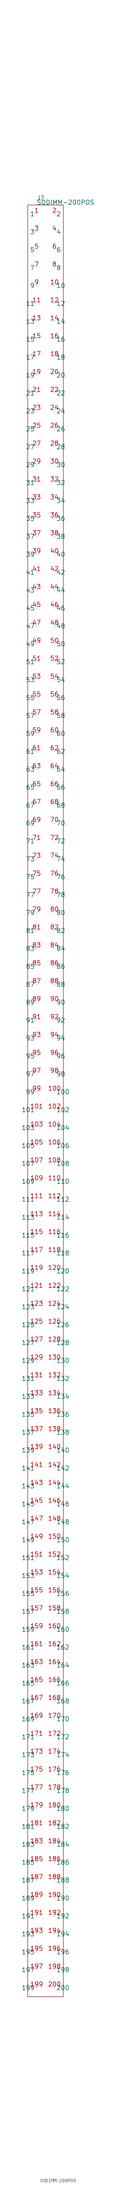
<source format=kicad_sym>
(kicad_symbol_lib
  (version 20211014)
  (generator kicad_symbol_editor)
  (symbol "SODIMM-200POS"
    (pin_names)
    (property "Reference" "J"
      (at -2.54 255.27 0)
      (effects (font (size 1.27 1.27)) (justify left bottom)))
    (property "Value" "SODIMM-200POS"
      (at -2.54 254 0)
      (effects (font (size 1.27 1.27)) (justify left bottom)))
    (property "Datasheet" ""
      (at 0 0 0))
    (property "ki_fp_filters" "FlashPCB_Connectors:SODIMM-200POS-TE-1473150-4 FlashPCB_Connectors:SODIMM-200POS-TE-1565917-4"
      (at 0 0 0))
    (symbol "SODIMM-200POS_1_1"
      (polyline (pts (xy -5.08 254) (xy 5.08 254)) (stroke (width 0.127)) (fill (type none)))
      (polyline (pts (xy 5.08 254) (xy 5.08 -254)) (stroke (width 0.127)) (fill (type none)))
      (polyline (pts (xy 5.08 -254) (xy -5.08 -254)) (stroke (width 0.127)) (fill (type none)))
      (polyline (pts (xy -5.08 -254) (xy -5.08 254)) (stroke (width 0.127)) (fill (type none)))
      (pin bidirectional line (at -2.54 251.46 180) (length 0) (name "1" (effects (font (size 1.27 1.27)))) (number "1" (effects (font (size 1.27 1.27)))))
      (pin bidirectional line (at 2.54 251.46 0) (length 0) (name "2" (effects (font (size 1.27 1.27)))) (number "2" (effects (font (size 1.27 1.27)))))
      (pin bidirectional line (at -2.54 246.38 180) (length 0) (name "3" (effects (font (size 1.27 1.27)))) (number "3" (effects (font (size 1.27 1.27)))))
      (pin bidirectional line (at 2.54 246.38 0) (length 0) (name "4" (effects (font (size 1.27 1.27)))) (number "4" (effects (font (size 1.27 1.27)))))
      (pin bidirectional line (at -2.54 241.3 180) (length 0) (name "5" (effects (font (size 1.27 1.27)))) (number "5" (effects (font (size 1.27 1.27)))))
      (pin bidirectional line (at 2.54 241.3 0) (length 0) (name "6" (effects (font (size 1.27 1.27)))) (number "6" (effects (font (size 1.27 1.27)))))
      (pin bidirectional line (at -2.54 236.22 180) (length 0) (name "7" (effects (font (size 1.27 1.27)))) (number "7" (effects (font (size 1.27 1.27)))))
      (pin bidirectional line (at 2.54 236.22 0) (length 0) (name "8" (effects (font (size 1.27 1.27)))) (number "8" (effects (font (size 1.27 1.27)))))
      (pin bidirectional line (at -2.54 231.14 180) (length 0) (name "9" (effects (font (size 1.27 1.27)))) (number "9" (effects (font (size 1.27 1.27)))))
      (pin bidirectional line (at 2.54 231.14 0) (length 0) (name "10" (effects (font (size 1.27 1.27)))) (number "10" (effects (font (size 1.27 1.27)))))
      (pin bidirectional line (at -2.54 226.06 180) (length 0) (name "11" (effects (font (size 1.27 1.27)))) (number "11" (effects (font (size 1.27 1.27)))))
      (pin bidirectional line (at 2.54 226.06 0) (length 0) (name "12" (effects (font (size 1.27 1.27)))) (number "12" (effects (font (size 1.27 1.27)))))
      (pin bidirectional line (at -2.54 220.98 180) (length 0) (name "13" (effects (font (size 1.27 1.27)))) (number "13" (effects (font (size 1.27 1.27)))))
      (pin bidirectional line (at 2.54 220.98 0) (length 0) (name "14" (effects (font (size 1.27 1.27)))) (number "14" (effects (font (size 1.27 1.27)))))
      (pin bidirectional line (at -2.54 215.9 180) (length 0) (name "15" (effects (font (size 1.27 1.27)))) (number "15" (effects (font (size 1.27 1.27)))))
      (pin bidirectional line (at 2.54 215.9 0) (length 0) (name "16" (effects (font (size 1.27 1.27)))) (number "16" (effects (font (size 1.27 1.27)))))
      (pin bidirectional line (at -2.54 210.82 180) (length 0) (name "17" (effects (font (size 1.27 1.27)))) (number "17" (effects (font (size 1.27 1.27)))))
      (pin bidirectional line (at 2.54 210.82 0) (length 0) (name "18" (effects (font (size 1.27 1.27)))) (number "18" (effects (font (size 1.27 1.27)))))
      (pin bidirectional line (at -2.54 205.74 180) (length 0) (name "19" (effects (font (size 1.27 1.27)))) (number "19" (effects (font (size 1.27 1.27)))))
      (pin bidirectional line (at 2.54 205.74 0) (length 0) (name "20" (effects (font (size 1.27 1.27)))) (number "20" (effects (font (size 1.27 1.27)))))
      (pin bidirectional line (at -2.54 200.66 180) (length 0) (name "21" (effects (font (size 1.27 1.27)))) (number "21" (effects (font (size 1.27 1.27)))))
      (pin bidirectional line (at 2.54 200.66 0) (length 0) (name "22" (effects (font (size 1.27 1.27)))) (number "22" (effects (font (size 1.27 1.27)))))
      (pin bidirectional line (at -2.54 195.58 180) (length 0) (name "23" (effects (font (size 1.27 1.27)))) (number "23" (effects (font (size 1.27 1.27)))))
      (pin bidirectional line (at 2.54 195.58 0) (length 0) (name "24" (effects (font (size 1.27 1.27)))) (number "24" (effects (font (size 1.27 1.27)))))
      (pin bidirectional line (at -2.54 190.5 180) (length 0) (name "25" (effects (font (size 1.27 1.27)))) (number "25" (effects (font (size 1.27 1.27)))))
      (pin bidirectional line (at 2.54 190.5 0) (length 0) (name "26" (effects (font (size 1.27 1.27)))) (number "26" (effects (font (size 1.27 1.27)))))
      (pin bidirectional line (at -2.54 185.42 180) (length 0) (name "27" (effects (font (size 1.27 1.27)))) (number "27" (effects (font (size 1.27 1.27)))))
      (pin bidirectional line (at 2.54 185.42 0) (length 0) (name "28" (effects (font (size 1.27 1.27)))) (number "28" (effects (font (size 1.27 1.27)))))
      (pin bidirectional line (at -2.54 180.34 180) (length 0) (name "29" (effects (font (size 1.27 1.27)))) (number "29" (effects (font (size 1.27 1.27)))))
      (pin bidirectional line (at 2.54 180.34 0) (length 0) (name "30" (effects (font (size 1.27 1.27)))) (number "30" (effects (font (size 1.27 1.27)))))
      (pin bidirectional line (at -2.54 175.26 180) (length 0) (name "31" (effects (font (size 1.27 1.27)))) (number "31" (effects (font (size 1.27 1.27)))))
      (pin bidirectional line (at 2.54 175.26 0) (length 0) (name "32" (effects (font (size 1.27 1.27)))) (number "32" (effects (font (size 1.27 1.27)))))
      (pin bidirectional line (at -2.54 170.18 180) (length 0) (name "33" (effects (font (size 1.27 1.27)))) (number "33" (effects (font (size 1.27 1.27)))))
      (pin bidirectional line (at 2.54 170.18 0) (length 0) (name "34" (effects (font (size 1.27 1.27)))) (number "34" (effects (font (size 1.27 1.27)))))
      (pin bidirectional line (at -2.54 165.1 180) (length 0) (name "35" (effects (font (size 1.27 1.27)))) (number "35" (effects (font (size 1.27 1.27)))))
      (pin bidirectional line (at 2.54 165.1 0) (length 0) (name "36" (effects (font (size 1.27 1.27)))) (number "36" (effects (font (size 1.27 1.27)))))
      (pin bidirectional line (at -2.54 160.02 180) (length 0) (name "37" (effects (font (size 1.27 1.27)))) (number "37" (effects (font (size 1.27 1.27)))))
      (pin bidirectional line (at 2.54 160.02 0) (length 0) (name "38" (effects (font (size 1.27 1.27)))) (number "38" (effects (font (size 1.27 1.27)))))
      (pin bidirectional line (at -2.54 154.94 180) (length 0) (name "39" (effects (font (size 1.27 1.27)))) (number "39" (effects (font (size 1.27 1.27)))))
      (pin bidirectional line (at 2.54 154.94 0) (length 0) (name "40" (effects (font (size 1.27 1.27)))) (number "40" (effects (font (size 1.27 1.27)))))
      (pin bidirectional line (at -2.54 149.86 180) (length 0) (name "41" (effects (font (size 1.27 1.27)))) (number "41" (effects (font (size 1.27 1.27)))))
      (pin bidirectional line (at 2.54 149.86 0) (length 0) (name "42" (effects (font (size 1.27 1.27)))) (number "42" (effects (font (size 1.27 1.27)))))
      (pin bidirectional line (at -2.54 144.78 180) (length 0) (name "43" (effects (font (size 1.27 1.27)))) (number "43" (effects (font (size 1.27 1.27)))))
      (pin bidirectional line (at 2.54 144.78 0) (length 0) (name "44" (effects (font (size 1.27 1.27)))) (number "44" (effects (font (size 1.27 1.27)))))
      (pin bidirectional line (at -2.54 139.7 180) (length 0) (name "45" (effects (font (size 1.27 1.27)))) (number "45" (effects (font (size 1.27 1.27)))))
      (pin bidirectional line (at 2.54 139.7 0) (length 0) (name "46" (effects (font (size 1.27 1.27)))) (number "46" (effects (font (size 1.27 1.27)))))
      (pin bidirectional line (at -2.54 134.62 180) (length 0) (name "47" (effects (font (size 1.27 1.27)))) (number "47" (effects (font (size 1.27 1.27)))))
      (pin bidirectional line (at 2.54 134.62 0) (length 0) (name "48" (effects (font (size 1.27 1.27)))) (number "48" (effects (font (size 1.27 1.27)))))
      (pin bidirectional line (at -2.54 129.54 180) (length 0) (name "49" (effects (font (size 1.27 1.27)))) (number "49" (effects (font (size 1.27 1.27)))))
      (pin bidirectional line (at 2.54 129.54 0) (length 0) (name "50" (effects (font (size 1.27 1.27)))) (number "50" (effects (font (size 1.27 1.27)))))
      (pin bidirectional line (at -2.54 124.46 180) (length 0) (name "51" (effects (font (size 1.27 1.27)))) (number "51" (effects (font (size 1.27 1.27)))))
      (pin bidirectional line (at 2.54 124.46 0) (length 0) (name "52" (effects (font (size 1.27 1.27)))) (number "52" (effects (font (size 1.27 1.27)))))
      (pin bidirectional line (at -2.54 119.38 180) (length 0) (name "53" (effects (font (size 1.27 1.27)))) (number "53" (effects (font (size 1.27 1.27)))))
      (pin bidirectional line (at 2.54 119.38 0) (length 0) (name "54" (effects (font (size 1.27 1.27)))) (number "54" (effects (font (size 1.27 1.27)))))
      (pin bidirectional line (at -2.54 114.3 180) (length 0) (name "55" (effects (font (size 1.27 1.27)))) (number "55" (effects (font (size 1.27 1.27)))))
      (pin bidirectional line (at 2.54 114.3 0) (length 0) (name "56" (effects (font (size 1.27 1.27)))) (number "56" (effects (font (size 1.27 1.27)))))
      (pin bidirectional line (at -2.54 109.22 180) (length 0) (name "57" (effects (font (size 1.27 1.27)))) (number "57" (effects (font (size 1.27 1.27)))))
      (pin bidirectional line (at 2.54 109.22 0) (length 0) (name "58" (effects (font (size 1.27 1.27)))) (number "58" (effects (font (size 1.27 1.27)))))
      (pin bidirectional line (at -2.54 104.14 180) (length 0) (name "59" (effects (font (size 1.27 1.27)))) (number "59" (effects (font (size 1.27 1.27)))))
      (pin bidirectional line (at 2.54 104.14 0) (length 0) (name "60" (effects (font (size 1.27 1.27)))) (number "60" (effects (font (size 1.27 1.27)))))
      (pin bidirectional line (at -2.54 99.06 180) (length 0) (name "61" (effects (font (size 1.27 1.27)))) (number "61" (effects (font (size 1.27 1.27)))))
      (pin bidirectional line (at 2.54 99.06 0) (length 0) (name "62" (effects (font (size 1.27 1.27)))) (number "62" (effects (font (size 1.27 1.27)))))
      (pin bidirectional line (at -2.54 93.98 180) (length 0) (name "63" (effects (font (size 1.27 1.27)))) (number "63" (effects (font (size 1.27 1.27)))))
      (pin bidirectional line (at 2.54 93.98 0) (length 0) (name "64" (effects (font (size 1.27 1.27)))) (number "64" (effects (font (size 1.27 1.27)))))
      (pin bidirectional line (at -2.54 88.9 180) (length 0) (name "65" (effects (font (size 1.27 1.27)))) (number "65" (effects (font (size 1.27 1.27)))))
      (pin bidirectional line (at 2.54 88.9 0) (length 0) (name "66" (effects (font (size 1.27 1.27)))) (number "66" (effects (font (size 1.27 1.27)))))
      (pin bidirectional line (at -2.54 83.82 180) (length 0) (name "67" (effects (font (size 1.27 1.27)))) (number "67" (effects (font (size 1.27 1.27)))))
      (pin bidirectional line (at 2.54 83.82 0) (length 0) (name "68" (effects (font (size 1.27 1.27)))) (number "68" (effects (font (size 1.27 1.27)))))
      (pin bidirectional line (at -2.54 78.74 180) (length 0) (name "69" (effects (font (size 1.27 1.27)))) (number "69" (effects (font (size 1.27 1.27)))))
      (pin bidirectional line (at 2.54 78.74 0) (length 0) (name "70" (effects (font (size 1.27 1.27)))) (number "70" (effects (font (size 1.27 1.27)))))
      (pin bidirectional line (at -2.54 73.66 180) (length 0) (name "71" (effects (font (size 1.27 1.27)))) (number "71" (effects (font (size 1.27 1.27)))))
      (pin bidirectional line (at 2.54 73.66 0) (length 0) (name "72" (effects (font (size 1.27 1.27)))) (number "72" (effects (font (size 1.27 1.27)))))
      (pin bidirectional line (at -2.54 68.58 180) (length 0) (name "73" (effects (font (size 1.27 1.27)))) (number "73" (effects (font (size 1.27 1.27)))))
      (pin bidirectional line (at 2.54 68.58 0) (length 0) (name "74" (effects (font (size 1.27 1.27)))) (number "74" (effects (font (size 1.27 1.27)))))
      (pin bidirectional line (at -2.54 63.5 180) (length 0) (name "75" (effects (font (size 1.27 1.27)))) (number "75" (effects (font (size 1.27 1.27)))))
      (pin bidirectional line (at 2.54 63.5 0) (length 0) (name "76" (effects (font (size 1.27 1.27)))) (number "76" (effects (font (size 1.27 1.27)))))
      (pin bidirectional line (at -2.54 58.42 180) (length 0) (name "77" (effects (font (size 1.27 1.27)))) (number "77" (effects (font (size 1.27 1.27)))))
      (pin bidirectional line (at 2.54 58.42 0) (length 0) (name "78" (effects (font (size 1.27 1.27)))) (number "78" (effects (font (size 1.27 1.27)))))
      (pin bidirectional line (at -2.54 53.34 180) (length 0) (name "79" (effects (font (size 1.27 1.27)))) (number "79" (effects (font (size 1.27 1.27)))))
      (pin bidirectional line (at 2.54 53.34 0) (length 0) (name "80" (effects (font (size 1.27 1.27)))) (number "80" (effects (font (size 1.27 1.27)))))
      (pin bidirectional line (at -2.54 48.26 180) (length 0) (name "81" (effects (font (size 1.27 1.27)))) (number "81" (effects (font (size 1.27 1.27)))))
      (pin bidirectional line (at 2.54 48.26 0) (length 0) (name "82" (effects (font (size 1.27 1.27)))) (number "82" (effects (font (size 1.27 1.27)))))
      (pin bidirectional line (at -2.54 43.18 180) (length 0) (name "83" (effects (font (size 1.27 1.27)))) (number "83" (effects (font (size 1.27 1.27)))))
      (pin bidirectional line (at 2.54 43.18 0) (length 0) (name "84" (effects (font (size 1.27 1.27)))) (number "84" (effects (font (size 1.27 1.27)))))
      (pin bidirectional line (at -2.54 38.1 180) (length 0) (name "85" (effects (font (size 1.27 1.27)))) (number "85" (effects (font (size 1.27 1.27)))))
      (pin bidirectional line (at 2.54 38.1 0) (length 0) (name "86" (effects (font (size 1.27 1.27)))) (number "86" (effects (font (size 1.27 1.27)))))
      (pin bidirectional line (at -2.54 33.02 180) (length 0) (name "87" (effects (font (size 1.27 1.27)))) (number "87" (effects (font (size 1.27 1.27)))))
      (pin bidirectional line (at 2.54 33.02 0) (length 0) (name "88" (effects (font (size 1.27 1.27)))) (number "88" (effects (font (size 1.27 1.27)))))
      (pin bidirectional line (at -2.54 27.94 180) (length 0) (name "89" (effects (font (size 1.27 1.27)))) (number "89" (effects (font (size 1.27 1.27)))))
      (pin bidirectional line (at 2.54 27.94 0) (length 0) (name "90" (effects (font (size 1.27 1.27)))) (number "90" (effects (font (size 1.27 1.27)))))
      (pin bidirectional line (at -2.54 22.86 180) (length 0) (name "91" (effects (font (size 1.27 1.27)))) (number "91" (effects (font (size 1.27 1.27)))))
      (pin bidirectional line (at 2.54 22.86 0) (length 0) (name "92" (effects (font (size 1.27 1.27)))) (number "92" (effects (font (size 1.27 1.27)))))
      (pin bidirectional line (at -2.54 17.78 180) (length 0) (name "93" (effects (font (size 1.27 1.27)))) (number "93" (effects (font (size 1.27 1.27)))))
      (pin bidirectional line (at 2.54 17.78 0) (length 0) (name "94" (effects (font (size 1.27 1.27)))) (number "94" (effects (font (size 1.27 1.27)))))
      (pin bidirectional line (at -2.54 12.7 180) (length 0) (name "95" (effects (font (size 1.27 1.27)))) (number "95" (effects (font (size 1.27 1.27)))))
      (pin bidirectional line (at 2.54 12.7 0) (length 0) (name "96" (effects (font (size 1.27 1.27)))) (number "96" (effects (font (size 1.27 1.27)))))
      (pin bidirectional line (at -2.54 7.62 180) (length 0) (name "97" (effects (font (size 1.27 1.27)))) (number "97" (effects (font (size 1.27 1.27)))))
      (pin bidirectional line (at 2.54 7.62 0) (length 0) (name "98" (effects (font (size 1.27 1.27)))) (number "98" (effects (font (size 1.27 1.27)))))
      (pin bidirectional line (at -2.54 2.54 180) (length 0) (name "99" (effects (font (size 1.27 1.27)))) (number "99" (effects (font (size 1.27 1.27)))))
      (pin bidirectional line (at 2.54 2.54 0) (length 0) (name "100" (effects (font (size 1.27 1.27)))) (number "100" (effects (font (size 1.27 1.27)))))
      (pin bidirectional line (at -2.54 -2.54 180) (length 0) (name "101" (effects (font (size 1.27 1.27)))) (number "101" (effects (font (size 1.27 1.27)))))
      (pin bidirectional line (at 2.54 -2.54 0) (length 0) (name "102" (effects (font (size 1.27 1.27)))) (number "102" (effects (font (size 1.27 1.27)))))
      (pin bidirectional line (at -2.54 -7.62 180) (length 0) (name "103" (effects (font (size 1.27 1.27)))) (number "103" (effects (font (size 1.27 1.27)))))
      (pin bidirectional line (at 2.54 -7.62 0) (length 0) (name "104" (effects (font (size 1.27 1.27)))) (number "104" (effects (font (size 1.27 1.27)))))
      (pin bidirectional line (at -2.54 -12.7 180) (length 0) (name "105" (effects (font (size 1.27 1.27)))) (number "105" (effects (font (size 1.27 1.27)))))
      (pin bidirectional line (at 2.54 -12.7 0) (length 0) (name "106" (effects (font (size 1.27 1.27)))) (number "106" (effects (font (size 1.27 1.27)))))
      (pin bidirectional line (at -2.54 -17.78 180) (length 0) (name "107" (effects (font (size 1.27 1.27)))) (number "107" (effects (font (size 1.27 1.27)))))
      (pin bidirectional line (at 2.54 -17.78 0) (length 0) (name "108" (effects (font (size 1.27 1.27)))) (number "108" (effects (font (size 1.27 1.27)))))
      (pin bidirectional line (at -2.54 -22.86 180) (length 0) (name "109" (effects (font (size 1.27 1.27)))) (number "109" (effects (font (size 1.27 1.27)))))
      (pin bidirectional line (at 2.54 -22.86 0) (length 0) (name "110" (effects (font (size 1.27 1.27)))) (number "110" (effects (font (size 1.27 1.27)))))
      (pin bidirectional line (at -2.54 -27.94 180) (length 0) (name "111" (effects (font (size 1.27 1.27)))) (number "111" (effects (font (size 1.27 1.27)))))
      (pin bidirectional line (at 2.54 -27.94 0) (length 0) (name "112" (effects (font (size 1.27 1.27)))) (number "112" (effects (font (size 1.27 1.27)))))
      (pin bidirectional line (at -2.54 -33.02 180) (length 0) (name "113" (effects (font (size 1.27 1.27)))) (number "113" (effects (font (size 1.27 1.27)))))
      (pin bidirectional line (at 2.54 -33.02 0) (length 0) (name "114" (effects (font (size 1.27 1.27)))) (number "114" (effects (font (size 1.27 1.27)))))
      (pin bidirectional line (at -2.54 -38.1 180) (length 0) (name "115" (effects (font (size 1.27 1.27)))) (number "115" (effects (font (size 1.27 1.27)))))
      (pin bidirectional line (at 2.54 -38.1 0) (length 0) (name "116" (effects (font (size 1.27 1.27)))) (number "116" (effects (font (size 1.27 1.27)))))
      (pin bidirectional line (at -2.54 -43.18 180) (length 0) (name "117" (effects (font (size 1.27 1.27)))) (number "117" (effects (font (size 1.27 1.27)))))
      (pin bidirectional line (at 2.54 -43.18 0) (length 0) (name "118" (effects (font (size 1.27 1.27)))) (number "118" (effects (font (size 1.27 1.27)))))
      (pin bidirectional line (at -2.54 -48.26 180) (length 0) (name "119" (effects (font (size 1.27 1.27)))) (number "119" (effects (font (size 1.27 1.27)))))
      (pin bidirectional line (at 2.54 -48.26 0) (length 0) (name "120" (effects (font (size 1.27 1.27)))) (number "120" (effects (font (size 1.27 1.27)))))
      (pin bidirectional line (at -2.54 -53.34 180) (length 0) (name "121" (effects (font (size 1.27 1.27)))) (number "121" (effects (font (size 1.27 1.27)))))
      (pin bidirectional line (at 2.54 -53.34 0) (length 0) (name "122" (effects (font (size 1.27 1.27)))) (number "122" (effects (font (size 1.27 1.27)))))
      (pin bidirectional line (at -2.54 -58.42 180) (length 0) (name "123" (effects (font (size 1.27 1.27)))) (number "123" (effects (font (size 1.27 1.27)))))
      (pin bidirectional line (at 2.54 -58.42 0) (length 0) (name "124" (effects (font (size 1.27 1.27)))) (number "124" (effects (font (size 1.27 1.27)))))
      (pin bidirectional line (at -2.54 -63.5 180) (length 0) (name "125" (effects (font (size 1.27 1.27)))) (number "125" (effects (font (size 1.27 1.27)))))
      (pin bidirectional line (at 2.54 -63.5 0) (length 0) (name "126" (effects (font (size 1.27 1.27)))) (number "126" (effects (font (size 1.27 1.27)))))
      (pin bidirectional line (at -2.54 -68.58 180) (length 0) (name "127" (effects (font (size 1.27 1.27)))) (number "127" (effects (font (size 1.27 1.27)))))
      (pin bidirectional line (at 2.54 -68.58 0) (length 0) (name "128" (effects (font (size 1.27 1.27)))) (number "128" (effects (font (size 1.27 1.27)))))
      (pin bidirectional line (at -2.54 -73.66 180) (length 0) (name "129" (effects (font (size 1.27 1.27)))) (number "129" (effects (font (size 1.27 1.27)))))
      (pin bidirectional line (at 2.54 -73.66 0) (length 0) (name "130" (effects (font (size 1.27 1.27)))) (number "130" (effects (font (size 1.27 1.27)))))
      (pin bidirectional line (at -2.54 -78.74 180) (length 0) (name "131" (effects (font (size 1.27 1.27)))) (number "131" (effects (font (size 1.27 1.27)))))
      (pin bidirectional line (at 2.54 -78.74 0) (length 0) (name "132" (effects (font (size 1.27 1.27)))) (number "132" (effects (font (size 1.27 1.27)))))
      (pin bidirectional line (at -2.54 -83.82 180) (length 0) (name "133" (effects (font (size 1.27 1.27)))) (number "133" (effects (font (size 1.27 1.27)))))
      (pin bidirectional line (at 2.54 -83.82 0) (length 0) (name "134" (effects (font (size 1.27 1.27)))) (number "134" (effects (font (size 1.27 1.27)))))
      (pin bidirectional line (at -2.54 -88.9 180) (length 0) (name "135" (effects (font (size 1.27 1.27)))) (number "135" (effects (font (size 1.27 1.27)))))
      (pin bidirectional line (at 2.54 -88.9 0) (length 0) (name "136" (effects (font (size 1.27 1.27)))) (number "136" (effects (font (size 1.27 1.27)))))
      (pin bidirectional line (at -2.54 -93.98 180) (length 0) (name "137" (effects (font (size 1.27 1.27)))) (number "137" (effects (font (size 1.27 1.27)))))
      (pin bidirectional line (at 2.54 -93.98 0) (length 0) (name "138" (effects (font (size 1.27 1.27)))) (number "138" (effects (font (size 1.27 1.27)))))
      (pin bidirectional line (at -2.54 -99.06 180) (length 0) (name "139" (effects (font (size 1.27 1.27)))) (number "139" (effects (font (size 1.27 1.27)))))
      (pin bidirectional line (at 2.54 -99.06 0) (length 0) (name "140" (effects (font (size 1.27 1.27)))) (number "140" (effects (font (size 1.27 1.27)))))
      (pin bidirectional line (at -2.54 -104.14 180) (length 0) (name "141" (effects (font (size 1.27 1.27)))) (number "141" (effects (font (size 1.27 1.27)))))
      (pin bidirectional line (at 2.54 -104.14 0) (length 0) (name "142" (effects (font (size 1.27 1.27)))) (number "142" (effects (font (size 1.27 1.27)))))
      (pin bidirectional line (at -2.54 -109.22 180) (length 0) (name "143" (effects (font (size 1.27 1.27)))) (number "143" (effects (font (size 1.27 1.27)))))
      (pin bidirectional line (at 2.54 -109.22 0) (length 0) (name "144" (effects (font (size 1.27 1.27)))) (number "144" (effects (font (size 1.27 1.27)))))
      (pin bidirectional line (at -2.54 -114.3 180) (length 0) (name "145" (effects (font (size 1.27 1.27)))) (number "145" (effects (font (size 1.27 1.27)))))
      (pin bidirectional line (at 2.54 -114.3 0) (length 0) (name "146" (effects (font (size 1.27 1.27)))) (number "146" (effects (font (size 1.27 1.27)))))
      (pin bidirectional line (at -2.54 -119.38 180) (length 0) (name "147" (effects (font (size 1.27 1.27)))) (number "147" (effects (font (size 1.27 1.27)))))
      (pin bidirectional line (at 2.54 -119.38 0) (length 0) (name "148" (effects (font (size 1.27 1.27)))) (number "148" (effects (font (size 1.27 1.27)))))
      (pin bidirectional line (at -2.54 -124.46 180) (length 0) (name "149" (effects (font (size 1.27 1.27)))) (number "149" (effects (font (size 1.27 1.27)))))
      (pin bidirectional line (at 2.54 -124.46 0) (length 0) (name "150" (effects (font (size 1.27 1.27)))) (number "150" (effects (font (size 1.27 1.27)))))
      (pin bidirectional line (at -2.54 -129.54 180) (length 0) (name "151" (effects (font (size 1.27 1.27)))) (number "151" (effects (font (size 1.27 1.27)))))
      (pin bidirectional line (at 2.54 -129.54 0) (length 0) (name "152" (effects (font (size 1.27 1.27)))) (number "152" (effects (font (size 1.27 1.27)))))
      (pin bidirectional line (at -2.54 -134.62 180) (length 0) (name "153" (effects (font (size 1.27 1.27)))) (number "153" (effects (font (size 1.27 1.27)))))
      (pin bidirectional line (at 2.54 -134.62 0) (length 0) (name "154" (effects (font (size 1.27 1.27)))) (number "154" (effects (font (size 1.27 1.27)))))
      (pin bidirectional line (at -2.54 -139.7 180) (length 0) (name "155" (effects (font (size 1.27 1.27)))) (number "155" (effects (font (size 1.27 1.27)))))
      (pin bidirectional line (at 2.54 -139.7 0) (length 0) (name "156" (effects (font (size 1.27 1.27)))) (number "156" (effects (font (size 1.27 1.27)))))
      (pin bidirectional line (at -2.54 -144.78 180) (length 0) (name "157" (effects (font (size 1.27 1.27)))) (number "157" (effects (font (size 1.27 1.27)))))
      (pin bidirectional line (at 2.54 -144.78 0) (length 0) (name "158" (effects (font (size 1.27 1.27)))) (number "158" (effects (font (size 1.27 1.27)))))
      (pin bidirectional line (at -2.54 -149.86 180) (length 0) (name "159" (effects (font (size 1.27 1.27)))) (number "159" (effects (font (size 1.27 1.27)))))
      (pin bidirectional line (at 2.54 -149.86 0) (length 0) (name "160" (effects (font (size 1.27 1.27)))) (number "160" (effects (font (size 1.27 1.27)))))
      (pin bidirectional line (at -2.54 -154.94 180) (length 0) (name "161" (effects (font (size 1.27 1.27)))) (number "161" (effects (font (size 1.27 1.27)))))
      (pin bidirectional line (at 2.54 -154.94 0) (length 0) (name "162" (effects (font (size 1.27 1.27)))) (number "162" (effects (font (size 1.27 1.27)))))
      (pin bidirectional line (at -2.54 -160.02 180) (length 0) (name "163" (effects (font (size 1.27 1.27)))) (number "163" (effects (font (size 1.27 1.27)))))
      (pin bidirectional line (at 2.54 -160.02 0) (length 0) (name "164" (effects (font (size 1.27 1.27)))) (number "164" (effects (font (size 1.27 1.27)))))
      (pin bidirectional line (at -2.54 -165.1 180) (length 0) (name "165" (effects (font (size 1.27 1.27)))) (number "165" (effects (font (size 1.27 1.27)))))
      (pin bidirectional line (at 2.54 -165.1 0) (length 0) (name "166" (effects (font (size 1.27 1.27)))) (number "166" (effects (font (size 1.27 1.27)))))
      (pin bidirectional line (at -2.54 -170.18 180) (length 0) (name "167" (effects (font (size 1.27 1.27)))) (number "167" (effects (font (size 1.27 1.27)))))
      (pin bidirectional line (at 2.54 -170.18 0) (length 0) (name "168" (effects (font (size 1.27 1.27)))) (number "168" (effects (font (size 1.27 1.27)))))
      (pin bidirectional line (at -2.54 -175.26 180) (length 0) (name "169" (effects (font (size 1.27 1.27)))) (number "169" (effects (font (size 1.27 1.27)))))
      (pin bidirectional line (at 2.54 -175.26 0) (length 0) (name "170" (effects (font (size 1.27 1.27)))) (number "170" (effects (font (size 1.27 1.27)))))
      (pin bidirectional line (at -2.54 -180.34 180) (length 0) (name "171" (effects (font (size 1.27 1.27)))) (number "171" (effects (font (size 1.27 1.27)))))
      (pin bidirectional line (at 2.54 -180.34 0) (length 0) (name "172" (effects (font (size 1.27 1.27)))) (number "172" (effects (font (size 1.27 1.27)))))
      (pin bidirectional line (at -2.54 -185.42 180) (length 0) (name "173" (effects (font (size 1.27 1.27)))) (number "173" (effects (font (size 1.27 1.27)))))
      (pin bidirectional line (at 2.54 -185.42 0) (length 0) (name "174" (effects (font (size 1.27 1.27)))) (number "174" (effects (font (size 1.27 1.27)))))
      (pin bidirectional line (at -2.54 -190.5 180) (length 0) (name "175" (effects (font (size 1.27 1.27)))) (number "175" (effects (font (size 1.27 1.27)))))
      (pin bidirectional line (at 2.54 -190.5 0) (length 0) (name "176" (effects (font (size 1.27 1.27)))) (number "176" (effects (font (size 1.27 1.27)))))
      (pin bidirectional line (at -2.54 -195.58 180) (length 0) (name "177" (effects (font (size 1.27 1.27)))) (number "177" (effects (font (size 1.27 1.27)))))
      (pin bidirectional line (at 2.54 -195.58 0) (length 0) (name "178" (effects (font (size 1.27 1.27)))) (number "178" (effects (font (size 1.27 1.27)))))
      (pin bidirectional line (at -2.54 -200.66 180) (length 0) (name "179" (effects (font (size 1.27 1.27)))) (number "179" (effects (font (size 1.27 1.27)))))
      (pin bidirectional line (at 2.54 -200.66 0) (length 0) (name "180" (effects (font (size 1.27 1.27)))) (number "180" (effects (font (size 1.27 1.27)))))
      (pin bidirectional line (at -2.54 -205.74 180) (length 0) (name "181" (effects (font (size 1.27 1.27)))) (number "181" (effects (font (size 1.27 1.27)))))
      (pin bidirectional line (at 2.54 -205.74 0) (length 0) (name "182" (effects (font (size 1.27 1.27)))) (number "182" (effects (font (size 1.27 1.27)))))
      (pin bidirectional line (at -2.54 -210.82 180) (length 0) (name "183" (effects (font (size 1.27 1.27)))) (number "183" (effects (font (size 1.27 1.27)))))
      (pin bidirectional line (at 2.54 -210.82 0) (length 0) (name "184" (effects (font (size 1.27 1.27)))) (number "184" (effects (font (size 1.27 1.27)))))
      (pin bidirectional line (at -2.54 -215.9 180) (length 0) (name "185" (effects (font (size 1.27 1.27)))) (number "185" (effects (font (size 1.27 1.27)))))
      (pin bidirectional line (at 2.54 -215.9 0) (length 0) (name "186" (effects (font (size 1.27 1.27)))) (number "186" (effects (font (size 1.27 1.27)))))
      (pin bidirectional line (at -2.54 -220.98 180) (length 0) (name "187" (effects (font (size 1.27 1.27)))) (number "187" (effects (font (size 1.27 1.27)))))
      (pin bidirectional line (at 2.54 -220.98 0) (length 0) (name "188" (effects (font (size 1.27 1.27)))) (number "188" (effects (font (size 1.27 1.27)))))
      (pin bidirectional line (at -2.54 -226.06 180) (length 0) (name "189" (effects (font (size 1.27 1.27)))) (number "189" (effects (font (size 1.27 1.27)))))
      (pin bidirectional line (at 2.54 -226.06 0) (length 0) (name "190" (effects (font (size 1.27 1.27)))) (number "190" (effects (font (size 1.27 1.27)))))
      (pin bidirectional line (at -2.54 -231.14 180) (length 0) (name "191" (effects (font (size 1.27 1.27)))) (number "191" (effects (font (size 1.27 1.27)))))
      (pin bidirectional line (at 2.54 -231.14 0) (length 0) (name "192" (effects (font (size 1.27 1.27)))) (number "192" (effects (font (size 1.27 1.27)))))
      (pin bidirectional line (at -2.54 -236.22 180) (length 0) (name "193" (effects (font (size 1.27 1.27)))) (number "193" (effects (font (size 1.27 1.27)))))
      (pin bidirectional line (at 2.54 -236.22 0) (length 0) (name "194" (effects (font (size 1.27 1.27)))) (number "194" (effects (font (size 1.27 1.27)))))
      (pin bidirectional line (at -2.54 -241.3 180) (length 0) (name "195" (effects (font (size 1.27 1.27)))) (number "195" (effects (font (size 1.27 1.27)))))
      (pin bidirectional line (at 2.54 -241.3 0) (length 0) (name "196" (effects (font (size 1.27 1.27)))) (number "196" (effects (font (size 1.27 1.27)))))
      (pin bidirectional line (at -2.54 -246.38 180) (length 0) (name "197" (effects (font (size 1.27 1.27)))) (number "197" (effects (font (size 1.27 1.27)))))
      (pin bidirectional line (at 2.54 -246.38 0) (length 0) (name "198" (effects (font (size 1.27 1.27)))) (number "198" (effects (font (size 1.27 1.27)))))
      (pin bidirectional line (at -2.54 -251.46 180) (length 0) (name "199" (effects (font (size 1.27 1.27)))) (number "199" (effects (font (size 1.27 1.27)))))
      (pin bidirectional line (at 2.54 -251.46 0) (length 0) (name "200" (effects (font (size 1.27 1.27)))) (number "200" (effects (font (size 1.27 1.27))))))))
</source>
